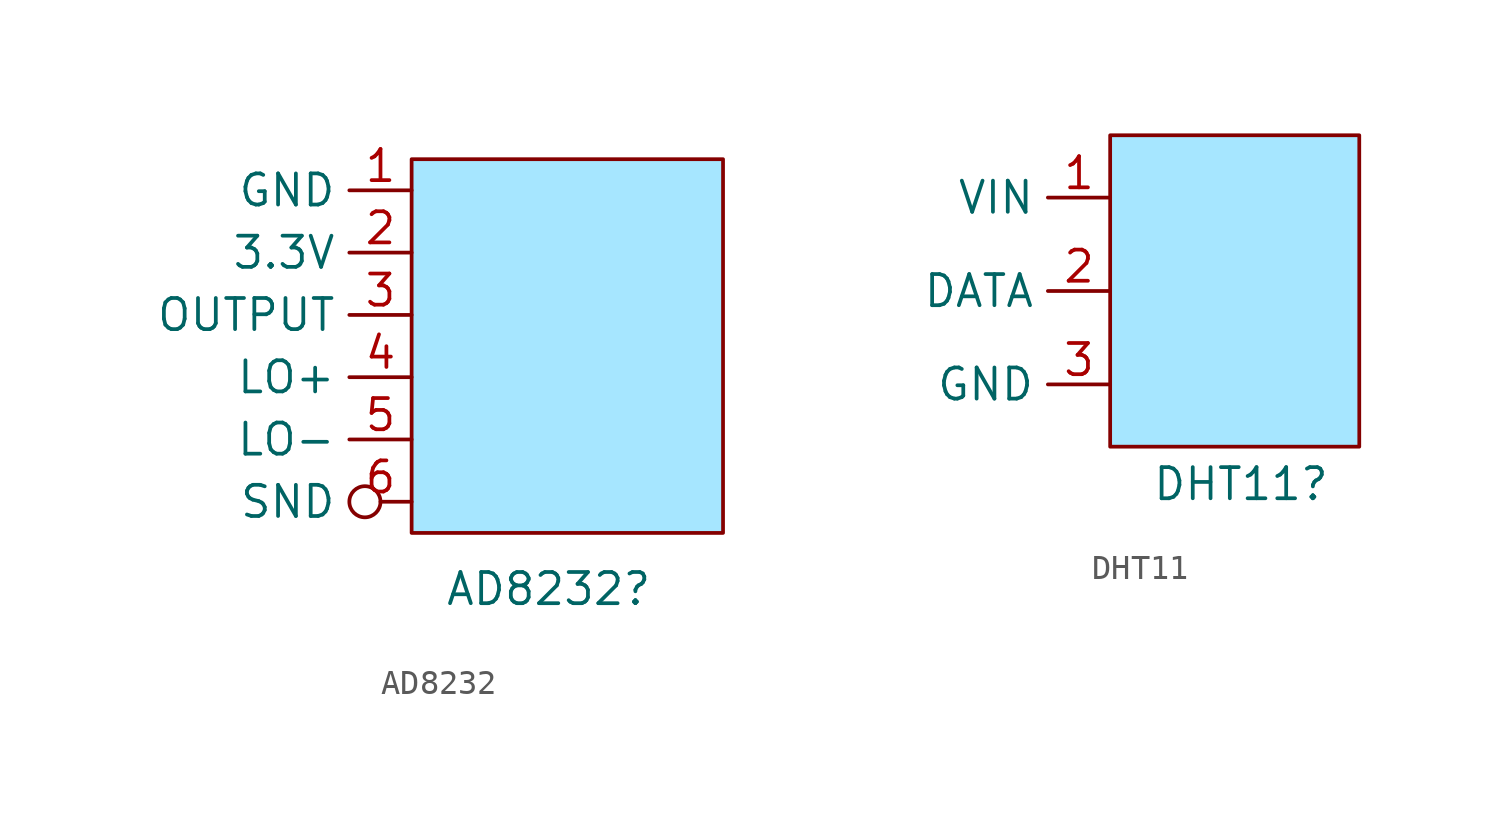
<source format=kicad_sym>
(kicad_symbol_lib
  (version 20241209)
  (generator "kicad_symbol_editor")
  (generator_version "9.0")
  (symbol "AD8232"
    (property "Reference" "AD8232"
      (at -0.762 -9.906 0)
      (effects (font (size 1.27 1.27))))
    (property "Value" ""
      (at 0 0 0)
      (effects (font (size 1.27 1.27))))
    (symbol "AD8232_1_1"
      (rectangle (start -6.35 7.62) (end 6.35 -7.62) (stroke (width 0) (type solid)) (fill (type color) (color 78 206 255 0.5)))
      (pin power_in line (at -6.35 6.35 180) (length 2.54) (name "GND" (effects (font (size 1.27 1.27)))) (number "1" (effects (font (size 1.27 1.27)))))
      (pin power_in line (at -6.35 3.81 180) (length 2.54) (name "3.3V" (effects (font (size 1.27 1.27)))) (number "2" (effects (font (size 1.27 1.27)))))
      (pin output line (at -6.35 1.27 180) (length 2.54) (name "OUTPUT" (effects (font (size 1.27 1.27)))) (number "3" (effects (font (size 1.27 1.27)))))
      (pin output line (at -6.35 -1.27 180) (length 2.54) (name "LO+" (effects (font (size 1.27 1.27)))) (number "4" (effects (font (size 1.27 1.27)))))
      (pin output line (at -6.35 -3.81 180) (length 2.54) (name "LO-" (effects (font (size 1.27 1.27)))) (number "5" (effects (font (size 1.27 1.27)))))
      (pin input inverted (at -6.35 -6.35 180) (length 2.54) (name "SND" (effects (font (size 1.27 1.27)))) (number "6" (effects (font (size 1.27 1.27)))))))
  (symbol "DHT11"
    (property "Reference" "DHT11"
      (at 0.254 -7.874 0)
      (effects (font (size 1.27 1.27))))
    (property "Value" ""
      (at 0 0 0)
      (effects (font (size 1.27 1.27))))
    (symbol "DHT11_1_1"
      (rectangle (start -5.08 6.35) (end 5.08 -6.35) (stroke (width 0) (type solid)) (fill (type color) (color 78 206 255 0.502)))
      (pin power_in line (at -5.08 3.81 180) (length 2.54) (name "VIN" (effects (font (size 1.27 1.27)))) (number "1" (effects (font (size 1.27 1.27)))))
      (pin output line (at -5.08 0 180) (length 2.54) (name "DATA" (effects (font (size 1.27 1.27)))) (number "2" (effects (font (size 1.27 1.27)))))
      (pin power_in line (at -5.08 -3.81 180) (length 2.54) (name "GND" (effects (font (size 1.27 1.27)))) (number "3" (effects (font (size 1.27 1.27))))))))
</source>
